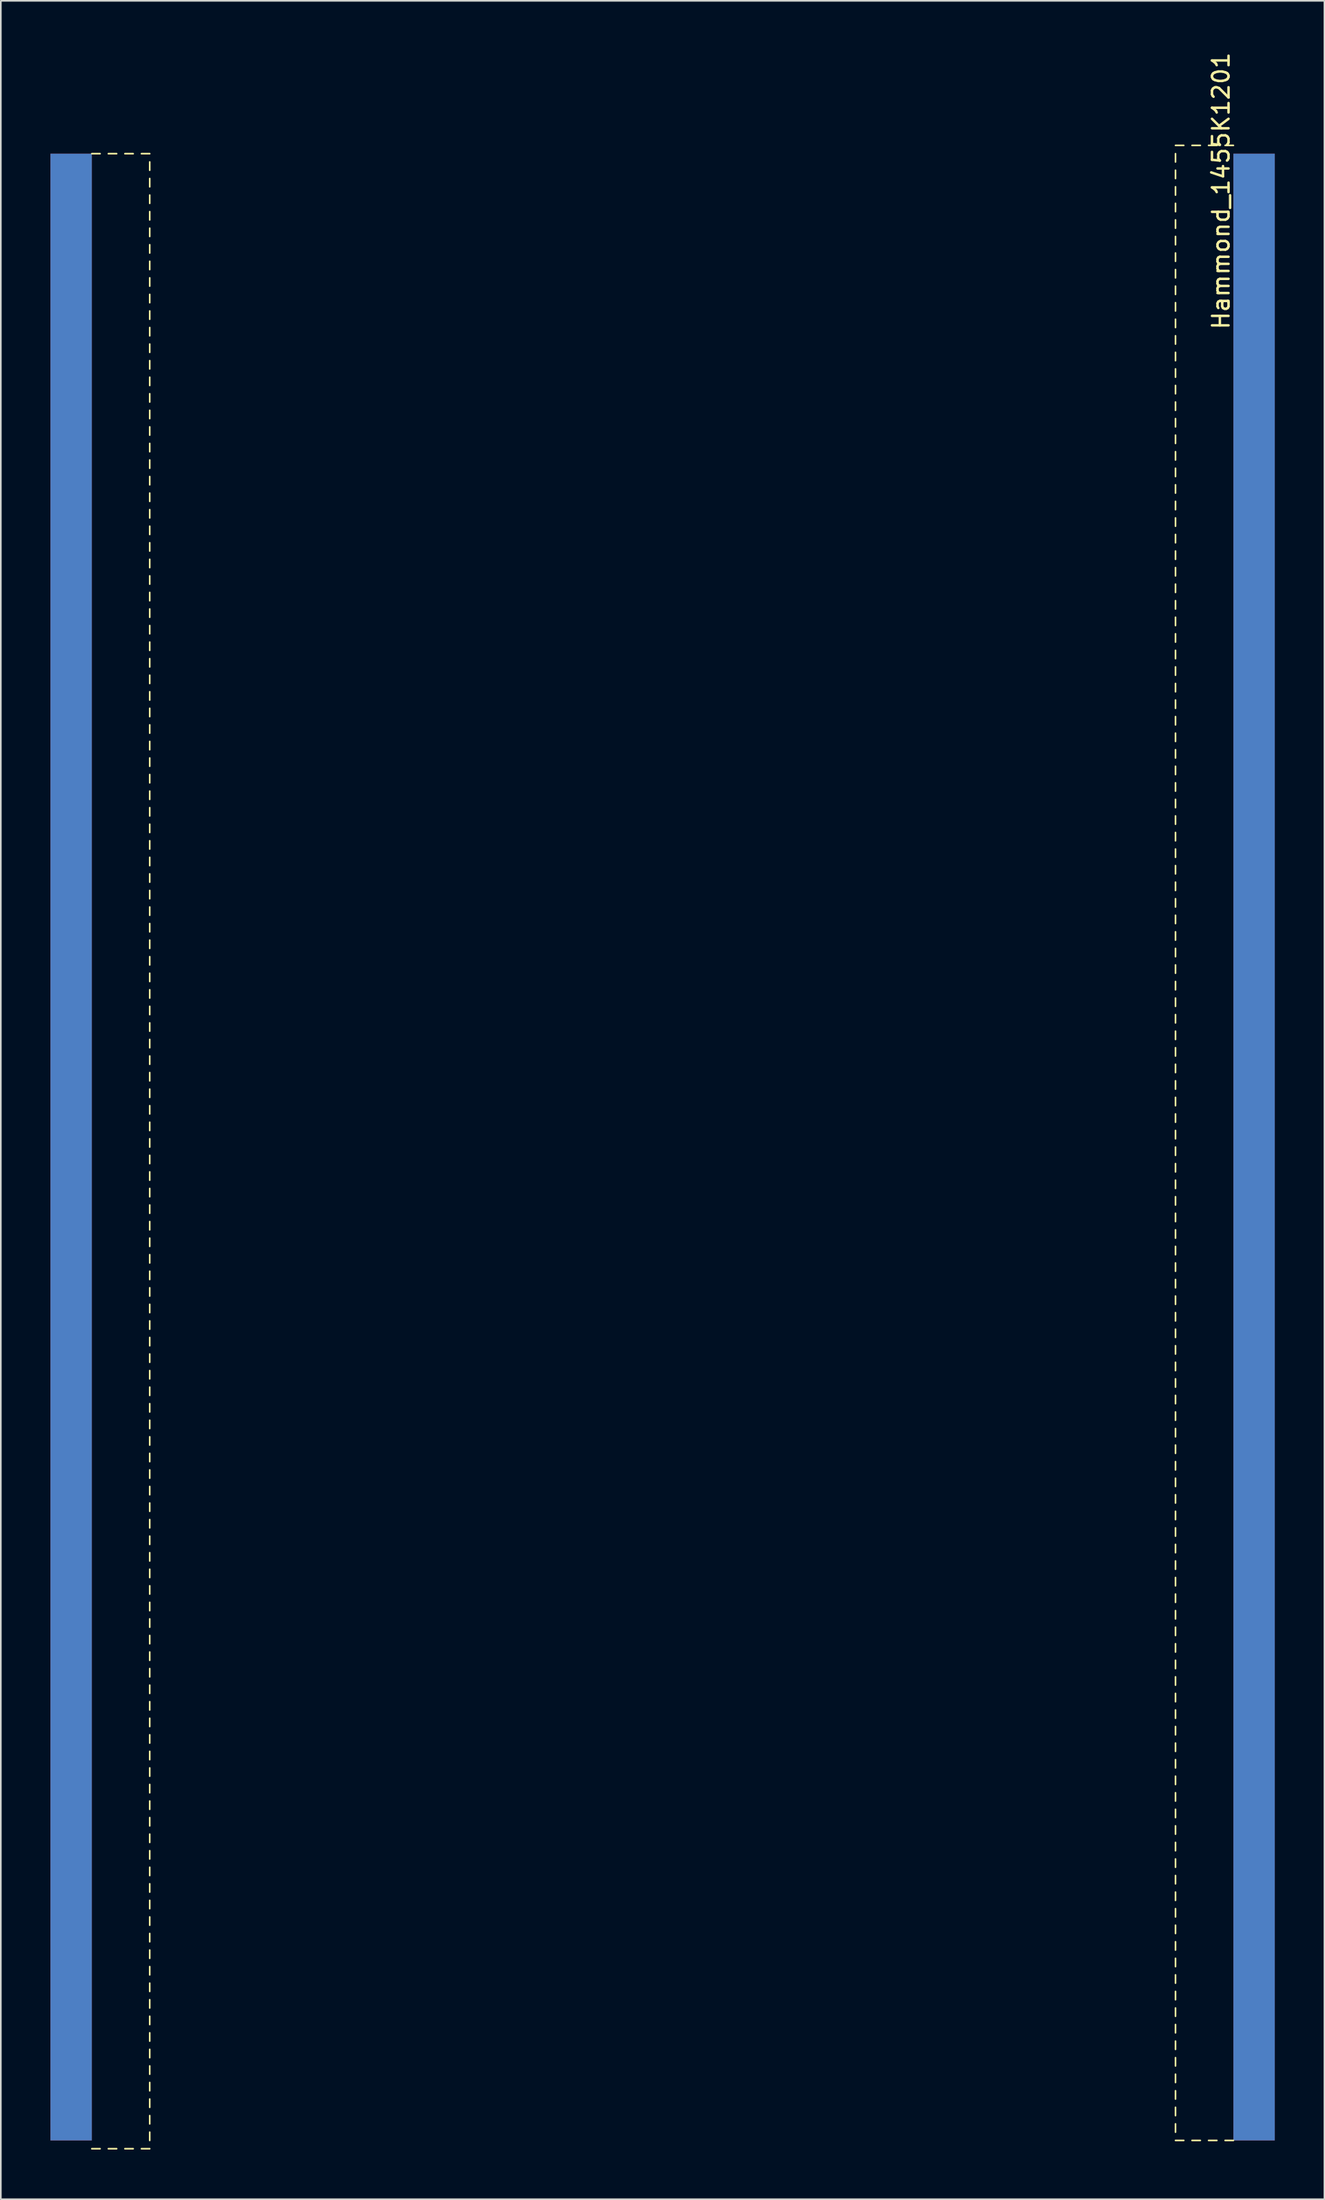
<source format=kicad_pcb>
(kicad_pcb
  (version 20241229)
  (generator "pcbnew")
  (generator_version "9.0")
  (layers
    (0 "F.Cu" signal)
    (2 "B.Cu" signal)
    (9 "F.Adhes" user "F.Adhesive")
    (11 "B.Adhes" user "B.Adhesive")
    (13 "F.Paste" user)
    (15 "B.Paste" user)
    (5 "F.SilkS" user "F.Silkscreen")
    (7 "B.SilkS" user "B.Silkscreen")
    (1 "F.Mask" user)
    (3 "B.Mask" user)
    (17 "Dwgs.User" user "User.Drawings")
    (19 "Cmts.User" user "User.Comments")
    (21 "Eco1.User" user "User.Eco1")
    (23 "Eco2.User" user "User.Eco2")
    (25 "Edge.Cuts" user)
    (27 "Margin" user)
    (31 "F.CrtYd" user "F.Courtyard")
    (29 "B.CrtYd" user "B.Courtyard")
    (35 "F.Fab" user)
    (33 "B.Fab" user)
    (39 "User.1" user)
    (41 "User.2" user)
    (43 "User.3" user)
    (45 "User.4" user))
  (footprint "Hammond_1455K1201"
    (layer "F.Cu")
    (at 37 66.232)
    (property "Reference" "Hammond_1455K1201" (at 33.75 -57.75 270) (layer "F.SilkS") (effects (font (size 1 1) (thickness 0.15))))
    (attr through_hole)
    (fp_line (start -34.5 -60) (end -34 -60) (stroke (width 0.1) (type solid)) (layer "F.SilkS"))
    (fp_line (start -34.5 60.5) (end -34 60.5) (stroke (width 0.1) (type solid)) (layer "F.SilkS"))
    (fp_line (start -33.5 -60) (end -33 -60) (stroke (width 0.1) (type solid)) (layer "F.SilkS"))
    (fp_line (start -33.5 60.5) (end -33 60.5) (stroke (width 0.1) (type solid)) (layer "F.SilkS"))
    (fp_line (start -32.5 -60) (end -32 -60) (stroke (width 0.1) (type solid)) (layer "F.SilkS"))
    (fp_line (start -32.5 60.5) (end -32 60.5) (stroke (width 0.1) (type solid)) (layer "F.SilkS"))
    (fp_line (start -31.5 60.5) (end -31 60.5) (stroke (width 0.1) (type solid)) (layer "F.SilkS"))
    (fp_line (start -31 -60) (end -31.5 -60) (stroke (width 0.1) (type solid)) (layer "F.SilkS"))
    (fp_line (start -31 -59.5) (end -31 -59) (stroke (width 0.1) (type solid)) (layer "F.SilkS"))
    (fp_line (start -31 -58.5) (end -31 -58) (stroke (width 0.1) (type solid)) (layer "F.SilkS"))
    (fp_line (start -31 -57) (end -31 -57.5) (stroke (width 0.1) (type solid)) (layer "F.SilkS"))
    (fp_line (start -31 -56.5) (end -31 -56) (stroke (width 0.1) (type solid)) (layer "F.SilkS"))
    (fp_line (start -31 -55.5) (end -31 -55) (stroke (width 0.1) (type solid)) (layer "F.SilkS"))
    (fp_line (start -31 -54.5) (end -31 -54) (stroke (width 0.1) (type solid)) (layer "F.SilkS"))
    (fp_line (start -31 -53.5) (end -31 -53) (stroke (width 0.1) (type solid)) (layer "F.SilkS"))
    (fp_line (start -31 -52.5) (end -31 -52) (stroke (width 0.1) (type solid)) (layer "F.SilkS"))
    (fp_line (start -31 -51.5) (end -31 -51) (stroke (width 0.1) (type solid)) (layer "F.SilkS"))
    (fp_line (start -31 -50.5) (end -31 -50) (stroke (width 0.1) (type solid)) (layer "F.SilkS"))
    (fp_line (start -31 -49.5) (end -31 -49) (stroke (width 0.1) (type solid)) (layer "F.SilkS"))
    (fp_line (start -31 -48) (end -31 -48.5) (stroke (width 0.1) (type solid)) (layer "F.SilkS"))
    (fp_line (start -31 -47.5) (end -31 -47) (stroke (width 0.1) (type solid)) (layer "F.SilkS"))
    (fp_line (start -31 -46.5) (end -31 -46) (stroke (width 0.1) (type solid)) (layer "F.SilkS"))
    (fp_line (start -31 -45.5) (end -31 -45) (stroke (width 0.1) (type solid)) (layer "F.SilkS"))
    (fp_line (start -31 -44.5) (end -31 -44) (stroke (width 0.1) (type solid)) (layer "F.SilkS"))
    (fp_line (start -31 -43.5) (end -31 -43) (stroke (width 0.1) (type solid)) (layer "F.SilkS"))
    (fp_line (start -31 -42.5) (end -31 -42) (stroke (width 0.1) (type solid)) (layer "F.SilkS"))
    (fp_line (start -31 -41.5) (end -31 -41) (stroke (width 0.1) (type solid)) (layer "F.SilkS"))
    (fp_line (start -31 -40.5) (end -31 -40) (stroke (width 0.1) (type solid)) (layer "F.SilkS"))
    (fp_line (start -31 -39) (end -31 -39.5) (stroke (width 0.1) (type solid)) (layer "F.SilkS"))
    (fp_line (start -31 -38.5) (end -31 -38) (stroke (width 0.1) (type solid)) (layer "F.SilkS"))
    (fp_line (start -31 -37.5) (end -31 -37) (stroke (width 0.1) (type solid)) (layer "F.SilkS"))
    (fp_line (start -31 -36.5) (end -31 -36) (stroke (width 0.1) (type solid)) (layer "F.SilkS"))
    (fp_line (start -31 -35.5) (end -31 -35) (stroke (width 0.1) (type solid)) (layer "F.SilkS"))
    (fp_line (start -31 -34.5) (end -31 -34) (stroke (width 0.1) (type solid)) (layer "F.SilkS"))
    (fp_line (start -31 -33.5) (end -31 -33) (stroke (width 0.1) (type solid)) (layer "F.SilkS"))
    (fp_line (start -31 -32.5) (end -31 -32) (stroke (width 0.1) (type solid)) (layer "F.SilkS"))
    (fp_line (start -31 -31.5) (end -31 -31) (stroke (width 0.1) (type solid)) (layer "F.SilkS"))
    (fp_line (start -31 -30) (end -31 -30.5) (stroke (width 0.1) (type solid)) (layer "F.SilkS"))
    (fp_line (start -31 -29.5) (end -31 -29) (stroke (width 0.1) (type solid)) (layer "F.SilkS"))
    (fp_line (start -31 -28.5) (end -31 -28) (stroke (width 0.1) (type solid)) (layer "F.SilkS"))
    (fp_line (start -31 -27.5) (end -31 -27) (stroke (width 0.1) (type solid)) (layer "F.SilkS"))
    (fp_line (start -31 -26.5) (end -31 -26) (stroke (width 0.1) (type solid)) (layer "F.SilkS"))
    (fp_line (start -31 -25.5) (end -31 -25) (stroke (width 0.1) (type solid)) (layer "F.SilkS"))
    (fp_line (start -31 -24.5) (end -31 -24) (stroke (width 0.1) (type solid)) (layer "F.SilkS"))
    (fp_line (start -31 -23.5) (end -31 -23) (stroke (width 0.1) (type solid)) (layer "F.SilkS"))
    (fp_line (start -31 -22.5) (end -31 -22) (stroke (width 0.1) (type solid)) (layer "F.SilkS"))
    (fp_line (start -31 -21) (end -31 -21.5) (stroke (width 0.1) (type solid)) (layer "F.SilkS"))
    (fp_line (start -31 -20.5) (end -31 -20) (stroke (width 0.1) (type solid)) (layer "F.SilkS"))
    (fp_line (start -31 -19.5) (end -31 -19) (stroke (width 0.1) (type solid)) (layer "F.SilkS"))
    (fp_line (start -31 -18.5) (end -31 -18) (stroke (width 0.1) (type solid)) (layer "F.SilkS"))
    (fp_line (start -31 -17.5) (end -31 -17) (stroke (width 0.1) (type solid)) (layer "F.SilkS"))
    (fp_line (start -31 -16.5) (end -31 -16) (stroke (width 0.1) (type solid)) (layer "F.SilkS"))
    (fp_line (start -31 -15.5) (end -31 -15) (stroke (width 0.1) (type solid)) (layer "F.SilkS"))
    (fp_line (start -31 -14.5) (end -31 -14) (stroke (width 0.1) (type solid)) (layer "F.SilkS"))
    (fp_line (start -31 -13.5) (end -31 -13) (stroke (width 0.1) (type solid)) (layer "F.SilkS"))
    (fp_line (start -31 -12) (end -31 -12.5) (stroke (width 0.1) (type solid)) (layer "F.SilkS"))
    (fp_line (start -31 -11.5) (end -31 -11) (stroke (width 0.1) (type solid)) (layer "F.SilkS"))
    (fp_line (start -31 -10.5) (end -31 -10) (stroke (width 0.1) (type solid)) (layer "F.SilkS"))
    (fp_line (start -31 -9.5) (end -31 -9) (stroke (width 0.1) (type solid)) (layer "F.SilkS"))
    (fp_line (start -31 -8.5) (end -31 -8) (stroke (width 0.1) (type solid)) (layer "F.SilkS"))
    (fp_line (start -31 -7.5) (end -31 -7) (stroke (width 0.1) (type solid)) (layer "F.SilkS"))
    (fp_line (start -31 -6.5) (end -31 -6) (stroke (width 0.1) (type solid)) (layer "F.SilkS"))
    (fp_line (start -31 -5.5) (end -31 -5) (stroke (width 0.1) (type solid)) (layer "F.SilkS"))
    (fp_line (start -31 -4.5) (end -31 -4) (stroke (width 0.1) (type solid)) (layer "F.SilkS"))
    (fp_line (start -31 -3) (end -31 -3.5) (stroke (width 0.1) (type solid)) (layer "F.SilkS"))
    (fp_line (start -31 -2.5) (end -31 -2) (stroke (width 0.1) (type solid)) (layer "F.SilkS"))
    (fp_line (start -31 -1.5) (end -31 -1) (stroke (width 0.1) (type solid)) (layer "F.SilkS"))
    (fp_line (start -31 -0.5) (end -31 0) (stroke (width 0.1) (type solid)) (layer "F.SilkS"))
    (fp_line (start -31 0.5) (end -31 1) (stroke (width 0.1) (type solid)) (layer "F.SilkS"))
    (fp_line (start -31 1.5) (end -31 2) (stroke (width 0.1) (type solid)) (layer "F.SilkS"))
    (fp_line (start -31 2.5) (end -31 3) (stroke (width 0.1) (type solid)) (layer "F.SilkS"))
    (fp_line (start -31 3.5) (end -31 4) (stroke (width 0.1) (type solid)) (layer "F.SilkS"))
    (fp_line (start -31 4.5) (end -31 5) (stroke (width 0.1) (type solid)) (layer "F.SilkS"))
    (fp_line (start -31 6) (end -31 5.5) (stroke (width 0.1) (type solid)) (layer "F.SilkS"))
    (fp_line (start -31 6.5) (end -31 7) (stroke (width 0.1) (type solid)) (layer "F.SilkS"))
    (fp_line (start -31 7.5) (end -31 8) (stroke (width 0.1) (type solid)) (layer "F.SilkS"))
    (fp_line (start -31 8.5) (end -31 9) (stroke (width 0.1) (type solid)) (layer "F.SilkS"))
    (fp_line (start -31 9.5) (end -31 10) (stroke (width 0.1) (type solid)) (layer "F.SilkS"))
    (fp_line (start -31 10.5) (end -31 11) (stroke (width 0.1) (type solid)) (layer "F.SilkS"))
    (fp_line (start -31 11.5) (end -31 12) (stroke (width 0.1) (type solid)) (layer "F.SilkS"))
    (fp_line (start -31 12.5) (end -31 13) (stroke (width 0.1) (type solid)) (layer "F.SilkS"))
    (fp_line (start -31 13.5) (end -31 14) (stroke (width 0.1) (type solid)) (layer "F.SilkS"))
    (fp_line (start -31 15) (end -31 14.5) (stroke (width 0.1) (type solid)) (layer "F.SilkS"))
    (fp_line (start -31 15.5) (end -31 16) (stroke (width 0.1) (type solid)) (layer "F.SilkS"))
    (fp_line (start -31 16.5) (end -31 17) (stroke (width 0.1) (type solid)) (layer "F.SilkS"))
    (fp_line (start -31 17.5) (end -31 18) (stroke (width 0.1) (type solid)) (layer "F.SilkS"))
    (fp_line (start -31 18.5) (end -31 19) (stroke (width 0.1) (type solid)) (layer "F.SilkS"))
    (fp_line (start -31 19.5) (end -31 20) (stroke (width 0.1) (type solid)) (layer "F.SilkS"))
    (fp_line (start -31 20.5) (end -31 21) (stroke (width 0.1) (type solid)) (layer "F.SilkS"))
    (fp_line (start -31 21.5) (end -31 22) (stroke (width 0.1) (type solid)) (layer "F.SilkS"))
    (fp_line (start -31 22.5) (end -31 23) (stroke (width 0.1) (type solid)) (layer "F.SilkS"))
    (fp_line (start -31 24) (end -31 23.5) (stroke (width 0.1) (type solid)) (layer "F.SilkS"))
    (fp_line (start -31 24.5) (end -31 25) (stroke (width 0.1) (type solid)) (layer "F.SilkS"))
    (fp_line (start -31 25.5) (end -31 26) (stroke (width 0.1) (type solid)) (layer "F.SilkS"))
    (fp_line (start -31 26.5) (end -31 27) (stroke (width 0.1) (type solid)) (layer "F.SilkS"))
    (fp_line (start -31 27.5) (end -31 28) (stroke (width 0.1) (type solid)) (layer "F.SilkS"))
    (fp_line (start -31 28.5) (end -31 29) (stroke (width 0.1) (type solid)) (layer "F.SilkS"))
    (fp_line (start -31 29.5) (end -31 30) (stroke (width 0.1) (type solid)) (layer "F.SilkS"))
    (fp_line (start -31 30.5) (end -31 31) (stroke (width 0.1) (type solid)) (layer "F.SilkS"))
    (fp_line (start -31 31.5) (end -31 32) (stroke (width 0.1) (type solid)) (layer "F.SilkS"))
    (fp_line (start -31 33) (end -31 32.5) (stroke (width 0.1) (type solid)) (layer "F.SilkS"))
    (fp_line (start -31 33.5) (end -31 34) (stroke (width 0.1) (type solid)) (layer "F.SilkS"))
    (fp_line (start -31 34.5) (end -31 35) (stroke (width 0.1) (type solid)) (layer "F.SilkS"))
    (fp_line (start -31 35.5) (end -31 36) (stroke (width 0.1) (type solid)) (layer "F.SilkS"))
    (fp_line (start -31 36.5) (end -31 37) (stroke (width 0.1) (type solid)) (layer "F.SilkS"))
    (fp_line (start -31 37.5) (end -31 38) (stroke (width 0.1) (type solid)) (layer "F.SilkS"))
    (fp_line (start -31 38.5) (end -31 39) (stroke (width 0.1) (type solid)) (layer "F.SilkS"))
    (fp_line (start -31 39.5) (end -31 40) (stroke (width 0.1) (type solid)) (layer "F.SilkS"))
    (fp_line (start -31 40.5) (end -31 41) (stroke (width 0.1) (type solid)) (layer "F.SilkS"))
    (fp_line (start -31 42) (end -31 41.5) (stroke (width 0.1) (type solid)) (layer "F.SilkS"))
    (fp_line (start -31 42.5) (end -31 43) (stroke (width 0.1) (type solid)) (layer "F.SilkS"))
    (fp_line (start -31 43.5) (end -31 44) (stroke (width 0.1) (type solid)) (layer "F.SilkS"))
    (fp_line (start -31 44.5) (end -31 45) (stroke (width 0.1) (type solid)) (layer "F.SilkS"))
    (fp_line (start -31 45.5) (end -31 46) (stroke (width 0.1) (type solid)) (layer "F.SilkS"))
    (fp_line (start -31 46.5) (end -31 47) (stroke (width 0.1) (type solid)) (layer "F.SilkS"))
    (fp_line (start -31 47.5) (end -31 48) (stroke (width 0.1) (type solid)) (layer "F.SilkS"))
    (fp_line (start -31 48.5) (end -31 49) (stroke (width 0.1) (type solid)) (layer "F.SilkS"))
    (fp_line (start -31 49.5) (end -31 50) (stroke (width 0.1) (type solid)) (layer "F.SilkS"))
    (fp_line (start -31 51) (end -31 50.5) (stroke (width 0.1) (type solid)) (layer "F.SilkS"))
    (fp_line (start -31 51.5) (end -31 52) (stroke (width 0.1) (type solid)) (layer "F.SilkS"))
    (fp_line (start -31 52.5) (end -31 53) (stroke (width 0.1) (type solid)) (layer "F.SilkS"))
    (fp_line (start -31 53.5) (end -31 54) (stroke (width 0.1) (type solid)) (layer "F.SilkS"))
    (fp_line (start -31 54.5) (end -31 55) (stroke (width 0.1) (type solid)) (layer "F.SilkS"))
    (fp_line (start -31 55.5) (end -31 56) (stroke (width 0.1) (type solid)) (layer "F.SilkS"))
    (fp_line (start -31 56.5) (end -31 57) (stroke (width 0.1) (type solid)) (layer "F.SilkS"))
    (fp_line (start -31 57.5) (end -31 58) (stroke (width 0.1) (type solid)) (layer "F.SilkS"))
    (fp_line (start -31 58.5) (end -31 59) (stroke (width 0.1) (type solid)) (layer "F.SilkS"))
    (fp_line (start -31 60) (end -31 59.5) (stroke (width 0.1) (type solid)) (layer "F.SilkS"))
    (fp_line (start 31 -60) (end 31 -59.5) (stroke (width 0.1) (type solid)) (layer "F.SilkS"))
    (fp_line (start 31 -58.5) (end 31 -59) (stroke (width 0.1) (type solid)) (layer "F.SilkS"))
    (fp_line (start 31 -57.5) (end 31 -58) (stroke (width 0.1) (type solid)) (layer "F.SilkS"))
    (fp_line (start 31 -56.5) (end 31 -57) (stroke (width 0.1) (type solid)) (layer "F.SilkS"))
    (fp_line (start 31 -55.5) (end 31 -56) (stroke (width 0.1) (type solid)) (layer "F.SilkS"))
    (fp_line (start 31 -54.5) (end 31 -55) (stroke (width 0.1) (type solid)) (layer "F.SilkS"))
    (fp_line (start 31 -53.5) (end 31 -54) (stroke (width 0.1) (type solid)) (layer "F.SilkS"))
    (fp_line (start 31 -52.5) (end 31 -53) (stroke (width 0.1) (type solid)) (layer "F.SilkS"))
    (fp_line (start 31 -51.5) (end 31 -52) (stroke (width 0.1) (type solid)) (layer "F.SilkS"))
    (fp_line (start 31 -51) (end 31 -50.5) (stroke (width 0.1) (type solid)) (layer "F.SilkS"))
    (fp_line (start 31 -49.5) (end 31 -50) (stroke (width 0.1) (type solid)) (layer "F.SilkS"))
    (fp_line (start 31 -48.5) (end 31 -49) (stroke (width 0.1) (type solid)) (layer "F.SilkS"))
    (fp_line (start 31 -47.5) (end 31 -48) (stroke (width 0.1) (type solid)) (layer "F.SilkS"))
    (fp_line (start 31 -46.5) (end 31 -47) (stroke (width 0.1) (type solid)) (layer "F.SilkS"))
    (fp_line (start 31 -45.5) (end 31 -46) (stroke (width 0.1) (type solid)) (layer "F.SilkS"))
    (fp_line (start 31 -44.5) (end 31 -45) (stroke (width 0.1) (type solid)) (layer "F.SilkS"))
    (fp_line (start 31 -43.5) (end 31 -44) (stroke (width 0.1) (type solid)) (layer "F.SilkS"))
    (fp_line (start 31 -42.5) (end 31 -43) (stroke (width 0.1) (type solid)) (layer "F.SilkS"))
    (fp_line (start 31 -42) (end 31 -41.5) (stroke (width 0.1) (type solid)) (layer "F.SilkS"))
    (fp_line (start 31 -40.5) (end 31 -41) (stroke (width 0.1) (type solid)) (layer "F.SilkS"))
    (fp_line (start 31 -39.5) (end 31 -40) (stroke (width 0.1) (type solid)) (layer "F.SilkS"))
    (fp_line (start 31 -38.5) (end 31 -39) (stroke (width 0.1) (type solid)) (layer "F.SilkS"))
    (fp_line (start 31 -37.5) (end 31 -38) (stroke (width 0.1) (type solid)) (layer "F.SilkS"))
    (fp_line (start 31 -36.5) (end 31 -37) (stroke (width 0.1) (type solid)) (layer "F.SilkS"))
    (fp_line (start 31 -35.5) (end 31 -36) (stroke (width 0.1) (type solid)) (layer "F.SilkS"))
    (fp_line (start 31 -34.5) (end 31 -35) (stroke (width 0.1) (type solid)) (layer "F.SilkS"))
    (fp_line (start 31 -33.5) (end 31 -34) (stroke (width 0.1) (type solid)) (layer "F.SilkS"))
    (fp_line (start 31 -33) (end 31 -32.5) (stroke (width 0.1) (type solid)) (layer "F.SilkS"))
    (fp_line (start 31 -31.5) (end 31 -32) (stroke (width 0.1) (type solid)) (layer "F.SilkS"))
    (fp_line (start 31 -30.5) (end 31 -31) (stroke (width 0.1) (type solid)) (layer "F.SilkS"))
    (fp_line (start 31 -29.5) (end 31 -30) (stroke (width 0.1) (type solid)) (layer "F.SilkS"))
    (fp_line (start 31 -28.5) (end 31 -29) (stroke (width 0.1) (type solid)) (layer "F.SilkS"))
    (fp_line (start 31 -27.5) (end 31 -28) (stroke (width 0.1) (type solid)) (layer "F.SilkS"))
    (fp_line (start 31 -26.5) (end 31 -27) (stroke (width 0.1) (type solid)) (layer "F.SilkS"))
    (fp_line (start 31 -25.5) (end 31 -26) (stroke (width 0.1) (type solid)) (layer "F.SilkS"))
    (fp_line (start 31 -24.5) (end 31 -25) (stroke (width 0.1) (type solid)) (layer "F.SilkS"))
    (fp_line (start 31 -24) (end 31 -23.5) (stroke (width 0.1) (type solid)) (layer "F.SilkS"))
    (fp_line (start 31 -22.5) (end 31 -23) (stroke (width 0.1) (type solid)) (layer "F.SilkS"))
    (fp_line (start 31 -21.5) (end 31 -22) (stroke (width 0.1) (type solid)) (layer "F.SilkS"))
    (fp_line (start 31 -20.5) (end 31 -21) (stroke (width 0.1) (type solid)) (layer "F.SilkS"))
    (fp_line (start 31 -19.5) (end 31 -20) (stroke (width 0.1) (type solid)) (layer "F.SilkS"))
    (fp_line (start 31 -18.5) (end 31 -19) (stroke (width 0.1) (type solid)) (layer "F.SilkS"))
    (fp_line (start 31 -17.5) (end 31 -18) (stroke (width 0.1) (type solid)) (layer "F.SilkS"))
    (fp_line (start 31 -16.5) (end 31 -17) (stroke (width 0.1) (type solid)) (layer "F.SilkS"))
    (fp_line (start 31 -15.5) (end 31 -16) (stroke (width 0.1) (type solid)) (layer "F.SilkS"))
    (fp_line (start 31 -15) (end 31 -14.5) (stroke (width 0.1) (type solid)) (layer "F.SilkS"))
    (fp_line (start 31 -13.5) (end 31 -14) (stroke (width 0.1) (type solid)) (layer "F.SilkS"))
    (fp_line (start 31 -12.5) (end 31 -13) (stroke (width 0.1) (type solid)) (layer "F.SilkS"))
    (fp_line (start 31 -11.5) (end 31 -12) (stroke (width 0.1) (type solid)) (layer "F.SilkS"))
    (fp_line (start 31 -10.5) (end 31 -11) (stroke (width 0.1) (type solid)) (layer "F.SilkS"))
    (fp_line (start 31 -9.5) (end 31 -10) (stroke (width 0.1) (type solid)) (layer "F.SilkS"))
    (fp_line (start 31 -8.5) (end 31 -9) (stroke (width 0.1) (type solid)) (layer "F.SilkS"))
    (fp_line (start 31 -7.5) (end 31 -8) (stroke (width 0.1) (type solid)) (layer "F.SilkS"))
    (fp_line (start 31 -6.5) (end 31 -7) (stroke (width 0.1) (type solid)) (layer "F.SilkS"))
    (fp_line (start 31 -6) (end 31 -5.5) (stroke (width 0.1) (type solid)) (layer "F.SilkS"))
    (fp_line (start 31 -4.5) (end 31 -5) (stroke (width 0.1) (type solid)) (layer "F.SilkS"))
    (fp_line (start 31 -3.5) (end 31 -4) (stroke (width 0.1) (type solid)) (layer "F.SilkS"))
    (fp_line (start 31 -2.5) (end 31 -3) (stroke (width 0.1) (type solid)) (layer "F.SilkS"))
    (fp_line (start 31 -1.5) (end 31 -2) (stroke (width 0.1) (type solid)) (layer "F.SilkS"))
    (fp_line (start 31 -0.5) (end 31 -1) (stroke (width 0.1) (type solid)) (layer "F.SilkS"))
    (fp_line (start 31 0.5) (end 31 0) (stroke (width 0.1) (type solid)) (layer "F.SilkS"))
    (fp_line (start 31 1.5) (end 31 1) (stroke (width 0.1) (type solid)) (layer "F.SilkS"))
    (fp_line (start 31 2.5) (end 31 2) (stroke (width 0.1) (type solid)) (layer "F.SilkS"))
    (fp_line (start 31 3) (end 31 3.5) (stroke (width 0.1) (type solid)) (layer "F.SilkS"))
    (fp_line (start 31 4.5) (end 31 4) (stroke (width 0.1) (type solid)) (layer "F.SilkS"))
    (fp_line (start 31 5.5) (end 31 5) (stroke (width 0.1) (type solid)) (layer "F.SilkS"))
    (fp_line (start 31 6.5) (end 31 6) (stroke (width 0.1) (type solid)) (layer "F.SilkS"))
    (fp_line (start 31 7.5) (end 31 7) (stroke (width 0.1) (type solid)) (layer "F.SilkS"))
    (fp_line (start 31 8.5) (end 31 8) (stroke (width 0.1) (type solid)) (layer "F.SilkS"))
    (fp_line (start 31 9.5) (end 31 9) (stroke (width 0.1) (type solid)) (layer "F.SilkS"))
    (fp_line (start 31 10.5) (end 31 10) (stroke (width 0.1) (type solid)) (layer "F.SilkS"))
    (fp_line (start 31 11.5) (end 31 11) (stroke (width 0.1) (type solid)) (layer "F.SilkS"))
    (fp_line (start 31 12) (end 31 12.5) (stroke (width 0.1) (type solid)) (layer "F.SilkS"))
    (fp_line (start 31 13.5) (end 31 13) (stroke (width 0.1) (type solid)) (layer "F.SilkS"))
    (fp_line (start 31 14.5) (end 31 14) (stroke (width 0.1) (type solid)) (layer "F.SilkS"))
    (fp_line (start 31 15.5) (end 31 15) (stroke (width 0.1) (type solid)) (layer "F.SilkS"))
    (fp_line (start 31 16.5) (end 31 16) (stroke (width 0.1) (type solid)) (layer "F.SilkS"))
    (fp_line (start 31 17.5) (end 31 17) (stroke (width 0.1) (type solid)) (layer "F.SilkS"))
    (fp_line (start 31 18.5) (end 31 18) (stroke (width 0.1) (type solid)) (layer "F.SilkS"))
    (fp_line (start 31 19.5) (end 31 19) (stroke (width 0.1) (type solid)) (layer "F.SilkS"))
    (fp_line (start 31 20.5) (end 31 20) (stroke (width 0.1) (type solid)) (layer "F.SilkS"))
    (fp_line (start 31 21) (end 31 21.5) (stroke (width 0.1) (type solid)) (layer "F.SilkS"))
    (fp_line (start 31 22.5) (end 31 22) (stroke (width 0.1) (type solid)) (layer "F.SilkS"))
    (fp_line (start 31 23.5) (end 31 23) (stroke (width 0.1) (type solid)) (layer "F.SilkS"))
    (fp_line (start 31 24.5) (end 31 24) (stroke (width 0.1) (type solid)) (layer "F.SilkS"))
    (fp_line (start 31 25.5) (end 31 25) (stroke (width 0.1) (type solid)) (layer "F.SilkS"))
    (fp_line (start 31 26.5) (end 31 26) (stroke (width 0.1) (type solid)) (layer "F.SilkS"))
    (fp_line (start 31 27.5) (end 31 27) (stroke (width 0.1) (type solid)) (layer "F.SilkS"))
    (fp_line (start 31 28.5) (end 31 28) (stroke (width 0.1) (type solid)) (layer "F.SilkS"))
    (fp_line (start 31 29.5) (end 31 29) (stroke (width 0.1) (type solid)) (layer "F.SilkS"))
    (fp_line (start 31 30) (end 31 30.5) (stroke (width 0.1) (type solid)) (layer "F.SilkS"))
    (fp_line (start 31 31.5) (end 31 31) (stroke (width 0.1) (type solid)) (layer "F.SilkS"))
    (fp_line (start 31 32.5) (end 31 32) (stroke (width 0.1) (type solid)) (layer "F.SilkS"))
    (fp_line (start 31 33.5) (end 31 33) (stroke (width 0.1) (type solid)) (layer "F.SilkS"))
    (fp_line (start 31 34.5) (end 31 34) (stroke (width 0.1) (type solid)) (layer "F.SilkS"))
    (fp_line (start 31 35.5) (end 31 35) (stroke (width 0.1) (type solid)) (layer "F.SilkS"))
    (fp_line (start 31 36.5) (end 31 36) (stroke (width 0.1) (type solid)) (layer "F.SilkS"))
    (fp_line (start 31 37.5) (end 31 37) (stroke (width 0.1) (type solid)) (layer "F.SilkS"))
    (fp_line (start 31 38.5) (end 31 38) (stroke (width 0.1) (type solid)) (layer "F.SilkS"))
    (fp_line (start 31 39) (end 31 39.5) (stroke (width 0.1) (type solid)) (layer "F.SilkS"))
    (fp_line (start 31 40.5) (end 31 40) (stroke (width 0.1) (type solid)) (layer "F.SilkS"))
    (fp_line (start 31 41.5) (end 31 41) (stroke (width 0.1) (type solid)) (layer "F.SilkS"))
    (fp_line (start 31 42.5) (end 31 42) (stroke (width 0.1) (type solid)) (layer "F.SilkS"))
    (fp_line (start 31 43.5) (end 31 43) (stroke (width 0.1) (type solid)) (layer "F.SilkS"))
    (fp_line (start 31 44.5) (end 31 44) (stroke (width 0.1) (type solid)) (layer "F.SilkS"))
    (fp_line (start 31 45.5) (end 31 45) (stroke (width 0.1) (type solid)) (layer "F.SilkS"))
    (fp_line (start 31 46.5) (end 31 46) (stroke (width 0.1) (type solid)) (layer "F.SilkS"))
    (fp_line (start 31 47.5) (end 31 47) (stroke (width 0.1) (type solid)) (layer "F.SilkS"))
    (fp_line (start 31 48) (end 31 48.5) (stroke (width 0.1) (type solid)) (layer "F.SilkS"))
    (fp_line (start 31 49.5) (end 31 49) (stroke (width 0.1) (type solid)) (layer "F.SilkS"))
    (fp_line (start 31 50.5) (end 31 50) (stroke (width 0.1) (type solid)) (layer "F.SilkS"))
    (fp_line (start 31 51.5) (end 31 51) (stroke (width 0.1) (type solid)) (layer "F.SilkS"))
    (fp_line (start 31 52.5) (end 31 52) (stroke (width 0.1) (type solid)) (layer "F.SilkS"))
    (fp_line (start 31 53.5) (end 31 53) (stroke (width 0.1) (type solid)) (layer "F.SilkS"))
    (fp_line (start 31 54.5) (end 31 54) (stroke (width 0.1) (type solid)) (layer "F.SilkS"))
    (fp_line (start 31 55.5) (end 31 55) (stroke (width 0.1) (type solid)) (layer "F.SilkS"))
    (fp_line (start 31 56.5) (end 31 56) (stroke (width 0.1) (type solid)) (layer "F.SilkS"))
    (fp_line (start 31 57) (end 31 57.5) (stroke (width 0.1) (type solid)) (layer "F.SilkS"))
    (fp_line (start 31 58.5) (end 31 58) (stroke (width 0.1) (type solid)) (layer "F.SilkS"))
    (fp_line (start 31 59.5) (end 31 59) (stroke (width 0.1) (type solid)) (layer "F.SilkS"))
    (fp_line (start 31 60) (end 31.5 60) (stroke (width 0.1) (type solid)) (layer "F.SilkS"))
    (fp_line (start 31.5 -60.5) (end 31 -60.5) (stroke (width 0.1) (type solid)) (layer "F.SilkS"))
    (fp_line (start 32.5 -60.5) (end 32 -60.5) (stroke (width 0.1) (type solid)) (layer "F.SilkS"))
    (fp_line (start 32.5 60) (end 32 60) (stroke (width 0.1) (type solid)) (layer "F.SilkS"))
    (fp_line (start 33.5 -60.5) (end 33 -60.5) (stroke (width 0.1) (type solid)) (layer "F.SilkS"))
    (fp_line (start 33.5 60) (end 33 60) (stroke (width 0.1) (type solid)) (layer "F.SilkS"))
    (fp_line (start 34.5 -60.5) (end 34 -60.5) (stroke (width 0.1) (type solid)) (layer "F.SilkS"))
    (fp_line (start 34.5 60) (end 34 60) (stroke (width 0.1) (type solid)) (layer "F.SilkS"))
    (fp_poly (pts (xy -34.75 -42.5) (xy -36.75 -42.5) (xy -36.75 -47.5) (xy -34.75 -47.5)) (stroke (width 0.01) (type solid)) (fill yes) (layer "F.Paste"))
    (fp_poly (pts (xy -34.75 -32.5) (xy -36.75 -32.5) (xy -36.75 -37.5) (xy -34.75 -37.5)) (stroke (width 0.01) (type solid)) (fill yes) (layer "F.Paste"))
    (fp_poly (pts (xy -34.75 -22.5) (xy -36.75 -22.5) (xy -36.75 -27.5) (xy -34.75 -27.5)) (stroke (width 0.01) (type solid)) (fill yes) (layer "F.Paste"))
    (fp_poly (pts (xy -34.75 -12.5) (xy -36.75 -12.5) (xy -36.75 -17.5) (xy -34.75 -17.5)) (stroke (width 0.01) (type solid)) (fill yes) (layer "F.Paste"))
    (fp_poly (pts (xy -34.75 -2.5) (xy -36.75 -2.5) (xy -36.75 -7.5) (xy -34.75 -7.5)) (stroke (width 0.01) (type solid)) (fill yes) (layer "F.Paste"))
    (fp_poly (pts (xy -34.75 7.5) (xy -36.75 7.5) (xy -36.75 2.5) (xy -34.75 2.5)) (stroke (width 0.01) (type solid)) (fill yes) (layer "F.Paste"))
    (fp_poly (pts (xy -34.75 17.5) (xy -36.75 17.5) (xy -36.75 12.5) (xy -34.75 12.5)) (stroke (width 0.01) (type solid)) (fill yes) (layer "F.Paste"))
    (fp_poly (pts (xy -34.75 27.5) (xy -36.75 27.5) (xy -36.75 22.5) (xy -34.75 22.5)) (stroke (width 0.01) (type solid)) (fill yes) (layer "F.Paste"))
    (fp_poly (pts (xy -34.75 37.5) (xy -36.75 37.5) (xy -36.75 32.5) (xy -34.75 32.5)) (stroke (width 0.01) (type solid)) (fill yes) (layer "F.Paste"))
    (fp_poly (pts (xy -34.75 47.5) (xy -36.75 47.5) (xy -36.75 42.5) (xy -34.75 42.5)) (stroke (width 0.01) (type solid)) (fill yes) (layer "F.Paste"))
    (fp_poly (pts (xy 34.75 -47.5) (xy 36.75 -47.5) (xy 36.75 -42.5) (xy 34.75 -42.5)) (stroke (width 0.01) (type solid)) (fill yes) (layer "F.Paste"))
    (fp_poly (pts (xy 34.75 -37.5) (xy 36.75 -37.5) (xy 36.75 -32.5) (xy 34.75 -32.5)) (stroke (width 0.01) (type solid)) (fill yes) (layer "F.Paste"))
    (fp_poly (pts (xy 34.75 -27.5) (xy 36.75 -27.5) (xy 36.75 -22.5) (xy 34.75 -22.5)) (stroke (width 0.01) (type solid)) (fill yes) (layer "F.Paste"))
    (fp_poly (pts (xy 34.75 -17.5) (xy 36.75 -17.5) (xy 36.75 -12.5) (xy 34.75 -12.5)) (stroke (width 0.01) (type solid)) (fill yes) (layer "F.Paste"))
    (fp_poly (pts (xy 34.75 -7.5) (xy 36.75 -7.5) (xy 36.75 -2.5) (xy 34.75 -2.5)) (stroke (width 0.01) (type solid)) (fill yes) (layer "F.Paste"))
    (fp_poly (pts (xy 34.75 2.5) (xy 36.75 2.5) (xy 36.75 7.5) (xy 34.75 7.5)) (stroke (width 0.01) (type solid)) (fill yes) (layer "F.Paste"))
    (fp_poly (pts (xy 34.75 12.5) (xy 36.75 12.5) (xy 36.75 17.5) (xy 34.75 17.5)) (stroke (width 0.01) (type solid)) (fill yes) (layer "F.Paste"))
    (fp_poly (pts (xy 34.75 22.5) (xy 36.75 22.5) (xy 36.75 27.5) (xy 34.75 27.5)) (stroke (width 0.01) (type solid)) (fill yes) (layer "F.Paste"))
    (fp_poly (pts (xy 34.75 32.5) (xy 36.75 32.5) (xy 36.75 37.5) (xy 34.75 37.5)) (stroke (width 0.01) (type solid)) (fill yes) (layer "F.Paste"))
    (fp_poly (pts (xy 34.75 42.5) (xy 36.75 42.5) (xy 36.75 47.5) (xy 34.75 47.5)) (stroke (width 0.01) (type solid)) (fill yes) (layer "F.Paste"))
    (fp_poly (pts (xy -34.75 -47.5) (xy -36.75 -47.5) (xy -36.75 -42.5) (xy -34.75 -42.5)) (stroke (width 0.01) (type solid)) (fill yes) (layer "B.Paste"))
    (fp_poly (pts (xy -34.75 -37.5) (xy -36.75 -37.5) (xy -36.75 -32.5) (xy -34.75 -32.5)) (stroke (width 0.01) (type solid)) (fill yes) (layer "B.Paste"))
    (fp_poly (pts (xy -34.75 -27.5) (xy -36.75 -27.5) (xy -36.75 -22.5) (xy -34.75 -22.5)) (stroke (width 0.01) (type solid)) (fill yes) (layer "B.Paste"))
    (fp_poly (pts (xy -34.75 -17.5) (xy -36.75 -17.5) (xy -36.75 -12.5) (xy -34.75 -12.5)) (stroke (width 0.01) (type solid)) (fill yes) (layer "B.Paste"))
    (fp_poly (pts (xy -34.75 -7.5) (xy -36.75 -7.5) (xy -36.75 -2.5) (xy -34.75 -2.5)) (stroke (width 0.01) (type solid)) (fill yes) (layer "B.Paste"))
    (fp_poly (pts (xy -34.75 2.5) (xy -36.75 2.5) (xy -36.75 7.5) (xy -34.75 7.5)) (stroke (width 0.01) (type solid)) (fill yes) (layer "B.Paste"))
    (fp_poly (pts (xy -34.75 12.5) (xy -36.75 12.5) (xy -36.75 17.5) (xy -34.75 17.5)) (stroke (width 0.01) (type solid)) (fill yes) (layer "B.Paste"))
    (fp_poly (pts (xy -34.75 22.5) (xy -36.75 22.5) (xy -36.75 27.5) (xy -34.75 27.5)) (stroke (width 0.01) (type solid)) (fill yes) (layer "B.Paste"))
    (fp_poly (pts (xy -34.75 32.5) (xy -36.75 32.5) (xy -36.75 37.5) (xy -34.75 37.5)) (stroke (width 0.01) (type solid)) (fill yes) (layer "B.Paste"))
    (fp_poly (pts (xy -34.75 42.5) (xy -36.75 42.5) (xy -36.75 47.5) (xy -34.75 47.5)) (stroke (width 0.01) (type solid)) (fill yes) (layer "B.Paste"))
    (fp_poly (pts (xy 34.75 -42.5) (xy 36.75 -42.5) (xy 36.75 -47.5) (xy 34.75 -47.5)) (stroke (width 0.01) (type solid)) (fill yes) (layer "B.Paste"))
    (fp_poly (pts (xy 34.75 -32.5) (xy 36.75 -32.5) (xy 36.75 -37.5) (xy 34.75 -37.5)) (stroke (width 0.01) (type solid)) (fill yes) (layer "B.Paste"))
    (fp_poly (pts (xy 34.75 -22.5) (xy 36.75 -22.5) (xy 36.75 -27.5) (xy 34.75 -27.5)) (stroke (width 0.01) (type solid)) (fill yes) (layer "B.Paste"))
    (fp_poly (pts (xy 34.75 -12.5) (xy 36.75 -12.5) (xy 36.75 -17.5) (xy 34.75 -17.5)) (stroke (width 0.01) (type solid)) (fill yes) (layer "B.Paste"))
    (fp_poly (pts (xy 34.75 -2.5) (xy 36.75 -2.5) (xy 36.75 -7.5) (xy 34.75 -7.5)) (stroke (width 0.01) (type solid)) (fill yes) (layer "B.Paste"))
    (fp_poly (pts (xy 34.75 7.5) (xy 36.75 7.5) (xy 36.75 2.5) (xy 34.75 2.5)) (stroke (width 0.01) (type solid)) (fill yes) (layer "B.Paste"))
    (fp_poly (pts (xy 34.75 17.5) (xy 36.75 17.5) (xy 36.75 12.5) (xy 34.75 12.5)) (stroke (width 0.01) (type solid)) (fill yes) (layer "B.Paste"))
    (fp_poly (pts (xy 34.75 27.5) (xy 36.75 27.5) (xy 36.75 22.5) (xy 34.75 22.5)) (stroke (width 0.01) (type solid)) (fill yes) (layer "B.Paste"))
    (fp_poly (pts (xy 34.75 37.5) (xy 36.75 37.5) (xy 36.75 32.5) (xy 34.75 32.5)) (stroke (width 0.01) (type solid)) (fill yes) (layer "B.Paste"))
    (fp_poly (pts (xy 34.75 47.5) (xy 36.75 47.5) (xy 36.75 42.5) (xy 34.75 42.5)) (stroke (width 0.01) (type solid)) (fill yes) (layer "B.Paste"))
    (fp_text user "3    |   -6.45" (at 1.5 3.25 0) (layer "Eco1.User") (effects (font (size 1 1) (thickness 0.15))))
    (fp_text user "2    |   -9.95" (at 1.5 1.25 0) (layer "Eco1.User") (effects (font (size 1 1) (thickness 0.15))))
    (fp_text user "7    |   7.55" (at 1 11.25 0) (layer "Eco1.User") (effects (font (size 1 1) (thickness 0.15))))
    (fp_text user "4    |   -2.95" (at 1.5 5.25 0) (layer "Eco1.User") (effects (font (size 1 1) (thickness 0.15))))
    (fp_text user "6    |   4.05" (at 1 9.25 0) (layer "Eco1.User") (effects (font (size 1 1) (thickness 0.15))))
    (fp_text user "1    |   -13.45" (at 2 -1 0) (layer "Eco1.User") (effects (font (size 1 1) (thickness 0.15))))
    (fp_text user "8    |   11.05" (at 1.5 13.25 0) (layer "Eco1.User") (effects (font (size 1 1) (thickness 0.15))))
    (fp_text user "5    |   0.55" (at 1 7.25 0) (layer "Eco1.User") (effects (font (size 1 1) (thickness 0.15))))
    (fp_text user "SLOT   |  Z height" (at 1 -3.25 0) (layer "Eco1.User") (effects (font (size 1 1) (thickness 0.15))))
    (pad "1" smd rect (at -35.75 0 270) (size 120 2.5) (layers "F.Cu" "F.Mask"))
    (pad "1" smd rect (at -35.75 0 270) (size 120 2.5) (layers "B.Cu" "B.Mask"))
    (pad "1" smd rect (at 35.75 0 270) (size 120 2.5) (layers "F.Cu" "F.Mask"))
    (pad "1" smd rect (at 35.75 0 270) (size 120 2.5) (layers "B.Cu" "B.Mask")))
  (gr_rect
    (start -3 -3)
    (end 77 129.782)
    (stroke (width 0.1) (type default))
    (fill no)
    (layer "Edge.Cuts")))
</source>
